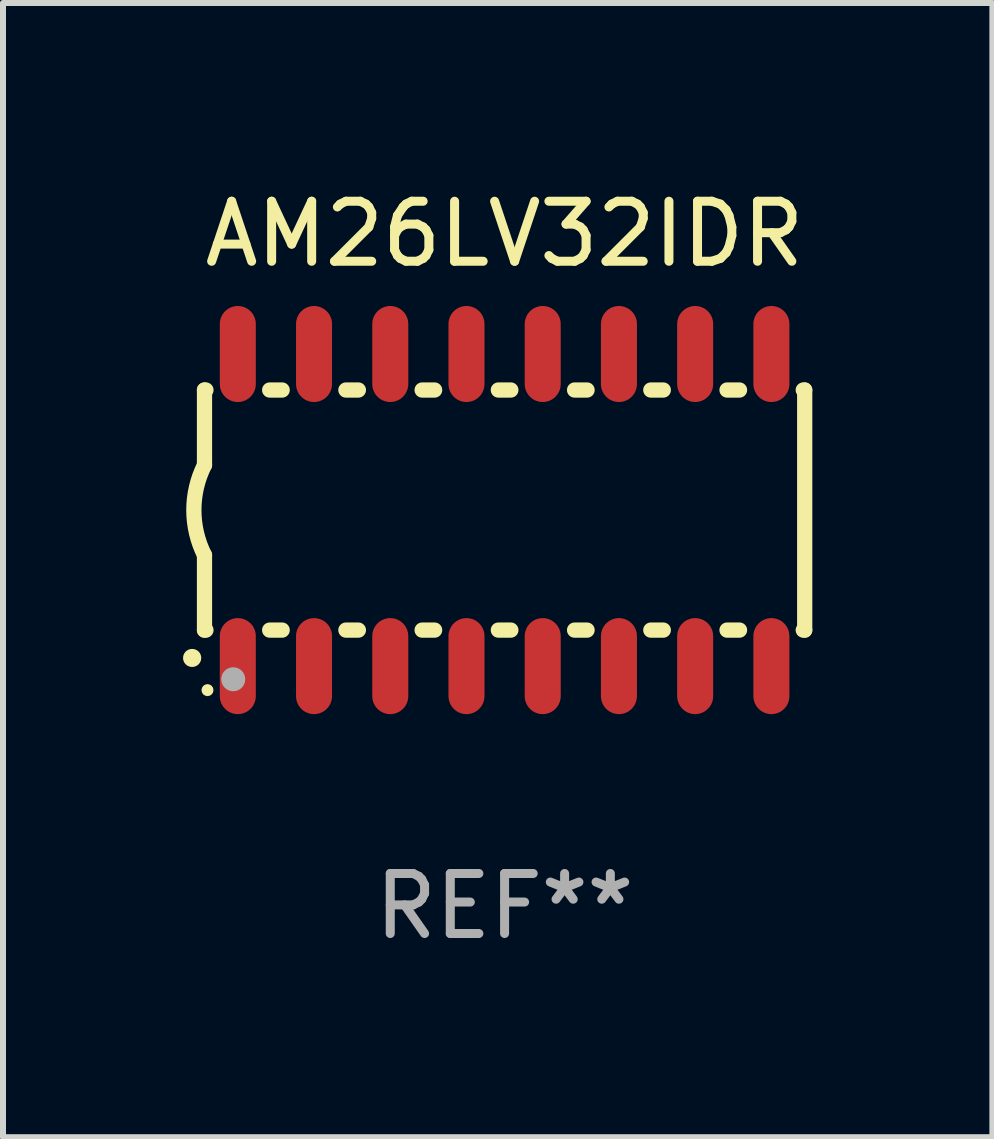
<source format=kicad_pcb>
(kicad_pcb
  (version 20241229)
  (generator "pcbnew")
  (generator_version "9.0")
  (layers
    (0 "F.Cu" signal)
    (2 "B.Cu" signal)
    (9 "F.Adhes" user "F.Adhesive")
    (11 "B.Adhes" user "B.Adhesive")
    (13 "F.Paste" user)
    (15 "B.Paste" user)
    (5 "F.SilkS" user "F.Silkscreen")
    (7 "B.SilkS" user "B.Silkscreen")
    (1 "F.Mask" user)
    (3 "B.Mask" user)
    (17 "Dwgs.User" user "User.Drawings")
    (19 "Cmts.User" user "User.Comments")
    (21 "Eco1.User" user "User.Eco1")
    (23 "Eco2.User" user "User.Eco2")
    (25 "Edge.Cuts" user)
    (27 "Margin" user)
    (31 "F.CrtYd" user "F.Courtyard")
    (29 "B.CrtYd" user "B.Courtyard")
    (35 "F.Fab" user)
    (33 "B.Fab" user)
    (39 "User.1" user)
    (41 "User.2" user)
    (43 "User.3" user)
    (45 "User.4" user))
  (footprint "AM26LV32IDR"
    (layer "F.Cu")
    (at 5.357 5.448)
    (property "Reference" "AM26LV32IDR" (at 0 -4.6 0) (layer "F.SilkS") (effects (font (size 1 1) (thickness 0.15))))
    (attr through_hole)
    (fp_line (start -5 -2) (end -5 -0.75) (stroke (width 0.254) (type solid)) (layer "F.SilkS"))
    (fp_line (start -5 -2) (end -4.976 -2) (stroke (width 0.254) (type solid)) (layer "F.SilkS"))
    (fp_line (start -5 2) (end -5 0.75) (stroke (width 0.254) (type solid)) (layer "F.SilkS"))
    (fp_line (start -5 2) (end -4.976 2) (stroke (width 0.254) (type solid)) (layer "F.SilkS"))
    (fp_line (start -3.914 -2) (end -3.706 -2) (stroke (width 0.254) (type solid)) (layer "F.SilkS"))
    (fp_line (start -3.914 2) (end -3.706 2) (stroke (width 0.254) (type solid)) (layer "F.SilkS"))
    (fp_line (start -2.644 -2) (end -2.436 -2) (stroke (width 0.254) (type solid)) (layer "F.SilkS"))
    (fp_line (start -2.644 2) (end -2.436 2) (stroke (width 0.254) (type solid)) (layer "F.SilkS"))
    (fp_line (start -1.374 -2) (end -1.166 -2) (stroke (width 0.254) (type solid)) (layer "F.SilkS"))
    (fp_line (start -1.374 2) (end -1.166 2) (stroke (width 0.254) (type solid)) (layer "F.SilkS"))
    (fp_line (start -0.104 -2) (end 0.104 -2) (stroke (width 0.254) (type solid)) (layer "F.SilkS"))
    (fp_line (start -0.104 2) (end 0.104 2) (stroke (width 0.254) (type solid)) (layer "F.SilkS"))
    (fp_line (start 1.166 -2) (end 1.374 -2) (stroke (width 0.254) (type solid)) (layer "F.SilkS"))
    (fp_line (start 1.166 2) (end 1.374 2) (stroke (width 0.254) (type solid)) (layer "F.SilkS"))
    (fp_line (start 2.436 -2) (end 2.644 -2) (stroke (width 0.254) (type solid)) (layer "F.SilkS"))
    (fp_line (start 2.436 2) (end 2.644 2) (stroke (width 0.254) (type solid)) (layer "F.SilkS"))
    (fp_line (start 3.706 -2) (end 3.914 -2) (stroke (width 0.254) (type solid)) (layer "F.SilkS"))
    (fp_line (start 3.706 2) (end 3.914 2) (stroke (width 0.254) (type solid)) (layer "F.SilkS"))
    (fp_line (start 4.976 -2) (end 5 -2) (stroke (width 0.254) (type solid)) (layer "F.SilkS"))
    (fp_line (start 4.976 2) (end 5 2) (stroke (width 0.254) (type solid)) (layer "F.SilkS"))
    (fp_line (start 5 2) (end 5 -2) (stroke (width 0.254) (type solid)) (layer "F.SilkS"))
    (fp_arc (start -5.20701 2.46383) (mid -5.20574 2.463825) (end -5.20447 2.46383) (stroke (width 0.3) (type solid)) (layer "F.SilkS"))
    (fp_arc (start -5 0.751207) (mid -5.177192 0.00061) (end -5 -0.749987) (stroke (width 0.254001) (type solid)) (layer "F.SilkS"))
    (fp_circle (center -4.95 3) (end -4.9 3) (stroke (width 0.1) (type solid)) (fill no) (layer "F.SilkS"))
    (fp_circle (center -4.521 2.819) (end -4.421 2.819) (stroke (width 0.2) (type solid)) (fill no) (layer "F.Fab"))
    (fp_text user "REF**" (at 0 6.6 0) (layer "F.Fab") (effects (font (size 1 1) (thickness 0.15))))
    (pad "1" smd oval (at -4.445 2.6 180) (size 0.6 1.6) (layers "F.Cu" "F.Mask" "F.Paste"))
    (pad "2" smd oval (at -3.175 2.6 180) (size 0.6 1.6) (layers "F.Cu" "F.Mask" "F.Paste"))
    (pad "3" smd oval (at -1.905 2.6 180) (size 0.6 1.6) (layers "F.Cu" "F.Mask" "F.Paste"))
    (pad "4" smd oval (at -0.635 2.6 180) (size 0.6 1.6) (layers "F.Cu" "F.Mask" "F.Paste"))
    (pad "5" smd oval (at 0.635 2.6 180) (size 0.6 1.6) (layers "F.Cu" "F.Mask" "F.Paste"))
    (pad "6" smd oval (at 1.905 2.6 180) (size 0.6 1.6) (layers "F.Cu" "F.Mask" "F.Paste"))
    (pad "7" smd oval (at 3.175 2.6 180) (size 0.6 1.6) (layers "F.Cu" "F.Mask" "F.Paste"))
    (pad "8" smd oval (at 4.445 2.6 180) (size 0.6 1.6) (layers "F.Cu" "F.Mask" "F.Paste"))
    (pad "9" smd oval (at 4.445 -2.6 180) (size 0.6 1.6) (layers "F.Cu" "F.Mask" "F.Paste"))
    (pad "10" smd oval (at 3.175 -2.6 180) (size 0.6 1.6) (layers "F.Cu" "F.Mask" "F.Paste"))
    (pad "11" smd oval (at 1.905 -2.6 180) (size 0.6 1.6) (layers "F.Cu" "F.Mask" "F.Paste"))
    (pad "12" smd oval (at 0.635 -2.6 180) (size 0.6 1.6) (layers "F.Cu" "F.Mask" "F.Paste"))
    (pad "13" smd oval (at -0.635 -2.6 180) (size 0.6 1.6) (layers "F.Cu" "F.Mask" "F.Paste"))
    (pad "14" smd oval (at -1.905 -2.6 180) (size 0.6 1.6) (layers "F.Cu" "F.Mask" "F.Paste"))
    (pad "15" smd oval (at -3.175 -2.6 180) (size 0.6 1.6) (layers "F.Cu" "F.Mask" "F.Paste"))
    (pad "16" smd oval (at -4.445 -2.6 180) (size 0.6 1.6) (layers "F.Cu" "F.Mask" "F.Paste")))
  (gr_rect
    (start -3 -3)
    (end 13.484 15.897)
    (stroke (width 0.1) (type default))
    (fill no)
    (layer "Edge.Cuts")))
</source>
